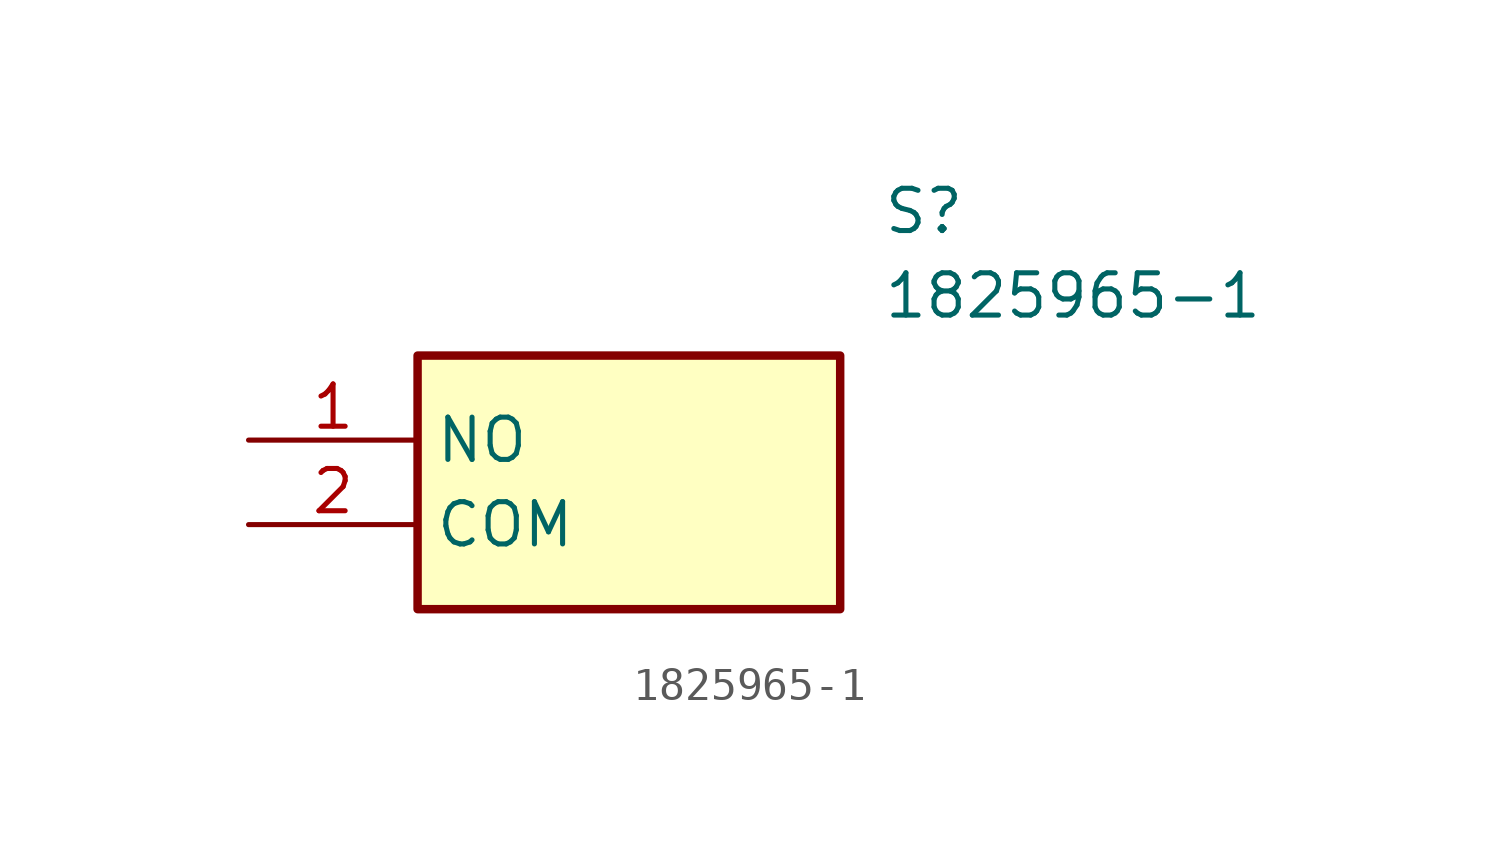
<source format=kicad_sym>
(kicad_symbol_lib
  (version 20220914)
  (generator kicad_symbol_editor)
  (symbol "1825965-1"
    (property "Reference" "S"
      (at 19.05 7.62 0)
      (effects (font (size 1.27 1.27)) (justify left top)))
    (property "Value" "1825965-1"
      (at 19.05 5.08 0)
      (effects (font (size 1.27 1.27)) (justify left top)))
    (symbol "1825965-1_1_1"
      (rectangle (start 5.08 2.54) (end 17.78 -5.08) (stroke (width 0.254) (type default)) (fill (type background)))
      (pin passive line (at 0 0 0) (length 5.08) (name "NO" (effects (font (size 1.27 1.27)))) (number "1" (effects (font (size 1.27 1.27)))))
      (pin passive line (at 0 -2.54 0) (length 5.08) (name "COM" (effects (font (size 1.27 1.27)))) (number "2" (effects (font (size 1.27 1.27))))))))
</source>
